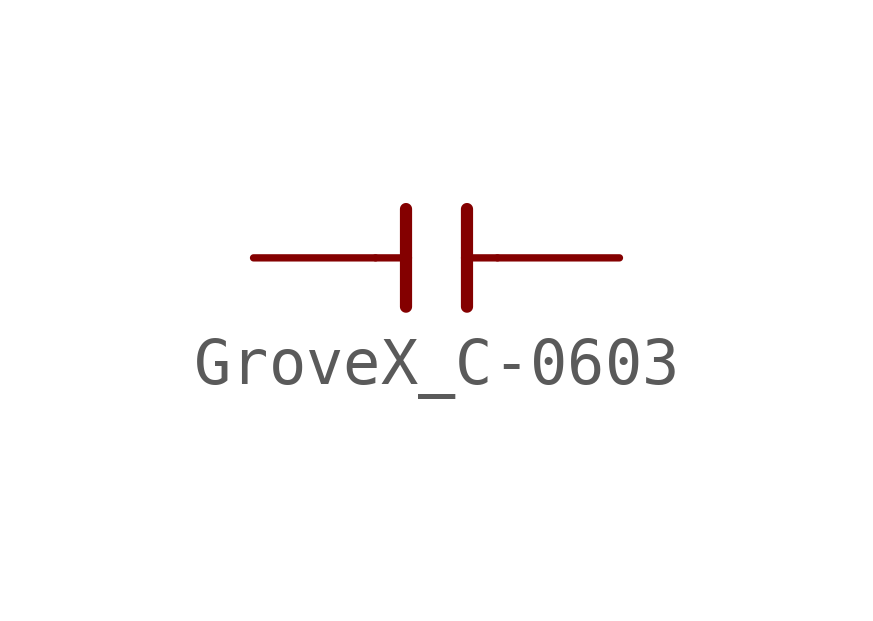
<source format=kicad_sym>
(kicad_symbol_lib
  (version 20231120)
  (generator "kicad_symbol_editor")
  (generator_version "8.0")
  (symbol "GroveX_C-0603"
    (property "Reference" "C"
      (at -2.54 0 0)
      (effects (font (size 0.635 0.54)) (justify left bottom) (hide yes)))
    (property "ki_locked" ""
      (at 0 0 0)
      (effects (font (size 1.27 1.27))))
    (symbol "GroveX_C-0603_1_0"
      (polyline (pts (xy -1.27 0) (xy -0.635 0)) (stroke (width 0.152) (type solid)) (fill (type none)))
      (polyline (pts (xy -0.635 -1.016) (xy -0.635 0)) (stroke (width 0.254) (type solid)) (fill (type none)))
      (polyline (pts (xy -0.635 0) (xy -0.635 1.016)) (stroke (width 0.254) (type solid)) (fill (type none)))
      (polyline (pts (xy 0.635 0) (xy 0.635 -1.016)) (stroke (width 0.254) (type solid)) (fill (type none)))
      (polyline (pts (xy 0.635 0) (xy 1.27 0)) (stroke (width 0.152) (type solid)) (fill (type none)))
      (polyline (pts (xy 0.635 1.016) (xy 0.635 0)) (stroke (width 0.254) (type solid)) (fill (type none)))
      (pin passive line (at -3.81 0 0) (length 2.54) (name "1" (effects (font (size 0 0)))) (number "1" (effects (font (size 0 0)))))
      (pin passive line (at 3.81 0 180) (length 2.54) (name "2" (effects (font (size 0 0)))) (number "2" (effects (font (size 0 0))))))))
</source>
